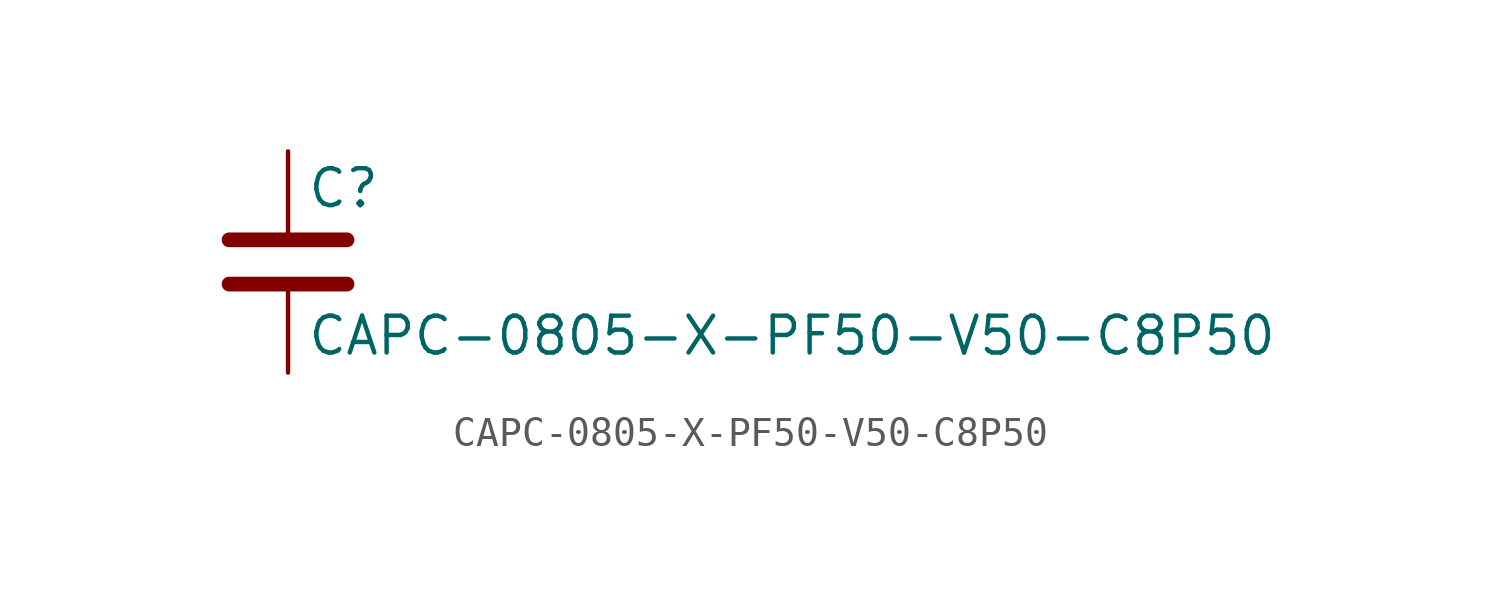
<source format=kicad_sym>
(kicad_symbol_lib
  (version 20211014)
  (generator kicad_symbol_editor)
  (symbol "CAPC-0805-X-PF50-V50-C8P50"
    (pin_numbers hide)
    (pin_names
      (offset 0.254))
    (property "Reference" "C"
      (at 0.635 2.54 0)
      (effects (font (size 1.27 1.27)) (justify left)))
    (property "Value" "CAPC-0805-X-PF50-V50-C8P50"
      (at 0.635 -2.54 0)
      (effects (font (size 1.27 1.27)) (justify left)))
    (symbol "CAPC-0805-X-PF50-V50-C8P50_0_1"
      (polyline (pts (xy -2.032 -0.762) (xy 2.032 -0.762)) (stroke (width 0.508) (type default) (color 0 0 0 0)) (fill (type none)))
      (polyline (pts (xy -2.032 0.762) (xy 2.032 0.762)) (stroke (width 0.508) (type default) (color 0 0 0 0)) (fill (type none))))
    (symbol "CAPC-0805-X-PF50-V50-C8P50_1_1"
      (pin passive line (at 0 3.81 270) (length 2.794) (name "~" (effects (font (size 1.27 1.27)))) (number "1" (effects (font (size 1.27 1.27)))))
      (pin passive line (at 0 -3.81 90) (length 2.794) (name "~" (effects (font (size 1.27 1.27)))) (number "2" (effects (font (size 1.27 1.27))))))))
</source>
